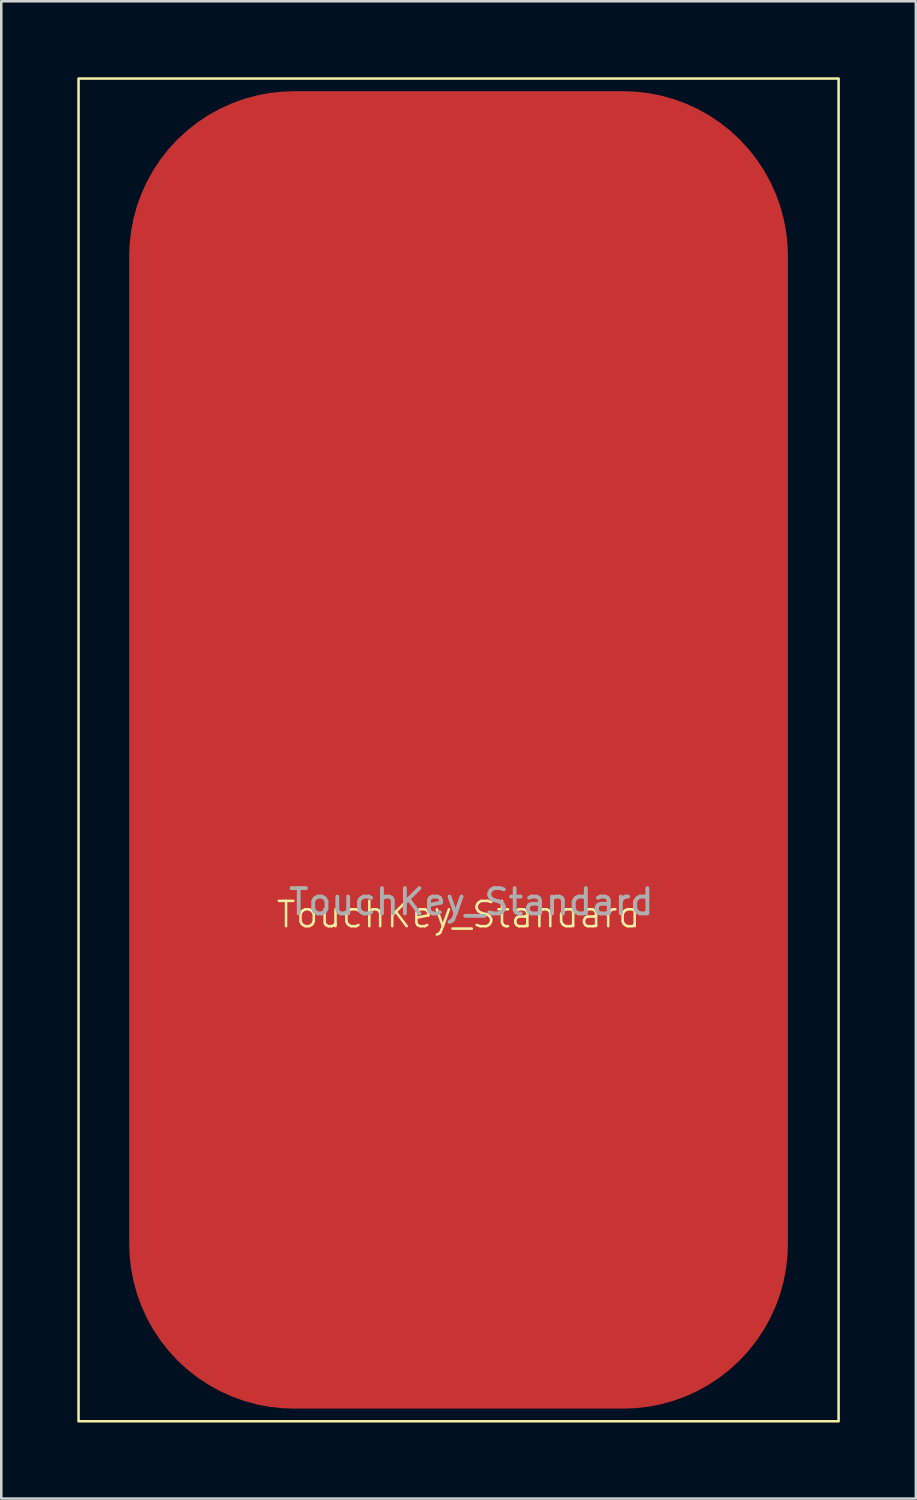
<source format=kicad_pcb>
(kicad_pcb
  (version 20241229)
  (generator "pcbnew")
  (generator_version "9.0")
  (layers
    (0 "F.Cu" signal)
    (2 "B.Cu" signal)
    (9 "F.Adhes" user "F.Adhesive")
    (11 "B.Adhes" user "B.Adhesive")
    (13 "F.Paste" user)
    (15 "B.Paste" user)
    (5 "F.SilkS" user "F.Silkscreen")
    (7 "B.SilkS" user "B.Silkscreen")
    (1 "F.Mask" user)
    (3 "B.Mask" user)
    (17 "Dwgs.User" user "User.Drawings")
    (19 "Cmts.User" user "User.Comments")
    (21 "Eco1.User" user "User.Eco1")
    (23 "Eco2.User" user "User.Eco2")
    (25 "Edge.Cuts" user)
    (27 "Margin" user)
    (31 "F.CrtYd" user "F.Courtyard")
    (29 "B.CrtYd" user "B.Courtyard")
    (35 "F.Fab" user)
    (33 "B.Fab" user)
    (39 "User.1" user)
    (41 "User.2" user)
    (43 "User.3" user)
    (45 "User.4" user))
  (footprint "TouchKey_Standard"
    (layer "F.Cu")
    (at 15.05 26.55)
    (property "Reference" "TouchKey_Standard" (at 0 6.5 0) (unlocked yes) (layer "F.SilkS") (effects (font (size 1 1) (thickness 0.1))))
    (attr smd)
    (fp_rect (start -15 -26.5) (end 15 26.5) (stroke (width 0.1) (type default)) (fill no) (layer "F.SilkS"))
    (fp_text user "${REFERENCE}" (at 0.5 6 0) (unlocked yes) (layer "F.Fab") (effects (font (size 1 1) (thickness 0.15))))
    (pad "1" smd roundrect (at 0 0) (size 26 52) (layers "F.Cu") (roundrect_rratio 0.25)))
  (gr_rect
    (start -3 -3)
    (end 33.1 56.1)
    (stroke (width 0.1) (type default))
    (fill no)
    (layer "Edge.Cuts")))
</source>
